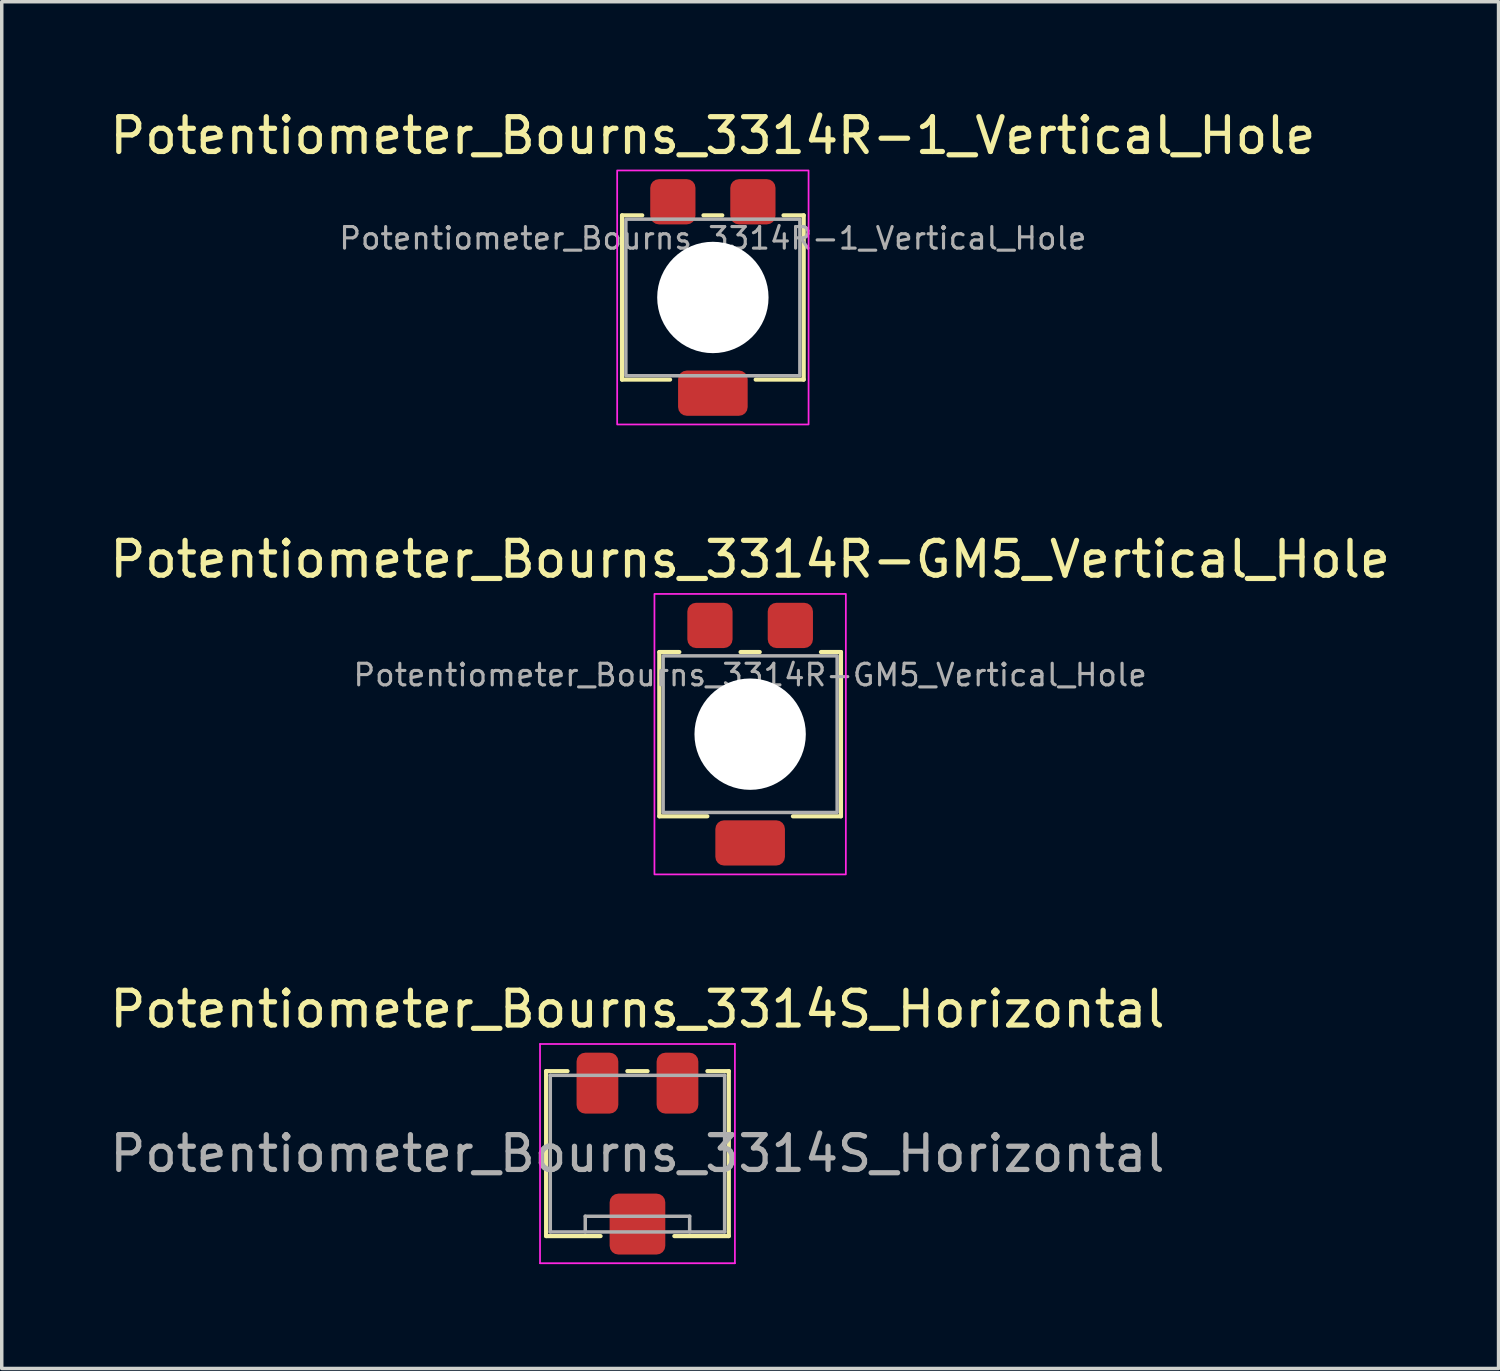
<source format=kicad_pcb>
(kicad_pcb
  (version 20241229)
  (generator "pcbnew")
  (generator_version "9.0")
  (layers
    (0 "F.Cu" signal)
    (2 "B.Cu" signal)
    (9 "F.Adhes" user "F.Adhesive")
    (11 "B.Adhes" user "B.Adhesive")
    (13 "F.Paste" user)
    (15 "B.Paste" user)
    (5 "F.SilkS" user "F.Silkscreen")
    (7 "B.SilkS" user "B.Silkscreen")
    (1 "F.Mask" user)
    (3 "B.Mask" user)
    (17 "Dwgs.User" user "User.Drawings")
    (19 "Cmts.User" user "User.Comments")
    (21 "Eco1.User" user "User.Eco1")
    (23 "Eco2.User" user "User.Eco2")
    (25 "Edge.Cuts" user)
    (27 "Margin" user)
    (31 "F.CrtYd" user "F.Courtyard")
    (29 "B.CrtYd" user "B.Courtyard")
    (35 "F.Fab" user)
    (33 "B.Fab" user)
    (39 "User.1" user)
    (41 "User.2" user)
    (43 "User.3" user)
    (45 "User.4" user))
  (footprint "Potentiometer_Bourns_3314R-GM5_Vertical_Hole"
    (layer "F.Cu")
    (at 18.506 18.047)
    (property "Reference" "Potentiometer_Bourns_3314R-GM5_Vertical_Hole" (at 0 -5.025 0) (layer "F.SilkS") (effects (font (size 1 1) (thickness 0.15))))
    (attr smd)
    (fp_line (start -2.61 -2.36) (end -2.035 -2.36) (stroke (width 0.12) (type solid)) (layer "F.SilkS"))
    (fp_line (start -2.61 2.36) (end -2.61 -2.36) (stroke (width 0.12) (type solid)) (layer "F.SilkS"))
    (fp_line (start -1.23 2.36) (end -2.61 2.36) (stroke (width 0.12) (type solid)) (layer "F.SilkS"))
    (fp_line (start -0.275 -2.36) (end 0.275 -2.36) (stroke (width 0.12) (type solid)) (layer "F.SilkS"))
    (fp_line (start 2.035 -2.36) (end 2.61 -2.36) (stroke (width 0.12) (type solid)) (layer "F.SilkS"))
    (fp_line (start 2.61 -2.36) (end 2.61 2.36) (stroke (width 0.12) (type solid)) (layer "F.SilkS"))
    (fp_line (start 2.61 2.36) (end 1.23 2.36) (stroke (width 0.12) (type solid)) (layer "F.SilkS"))
    (fp_rect (start -2.75 -4.03) (end 2.75 4.03) (stroke (width 0.05) (type solid)) (fill no) (layer "F.CrtYd"))
    (fp_rect (start -2.5 -2.25) (end 2.5 2.25) (stroke (width 0.1) (type solid)) (fill no) (layer "F.Fab"))
    (fp_text user "${REFERENCE}" (at 0 -1.7 0) (layer "F.Fab") (effects (font (size 0.62 0.62) (thickness 0.09))))
    (pad "" np_thru_hole circle (at 0 0) (size 3.2 3.2) (drill 3.2) (layers "*.Cu" "*.Mask"))
    (pad "1" smd roundrect (at 1.155 -3.125) (size 1.3 1.3) (layers "F.Cu" "F.Mask" "F.Paste") (roundrect_rratio 0.192))
    (pad "2" smd roundrect (at 0 3.125) (size 2 1.3) (layers "F.Cu" "F.Mask" "F.Paste") (roundrect_rratio 0.192))
    (pad "3" smd roundrect (at -1.155 -3.125) (size 1.3 1.3) (layers "F.Cu" "F.Mask" "F.Paste") (roundrect_rratio 0.192)))
  (footprint "Potentiometer_Bourns_3314S_Horizontal"
    (layer "F.Cu")
    (at 15.268 30.1)
    (property "Reference" "Potentiometer_Bourns_3314S_Horizontal" (at 0 -4.15 0) (layer "F.SilkS") (effects (font (size 1 1) (thickness 0.15))))
    (attr smd)
    (fp_line (start -2.625 -2.37) (end -2.625 2.37) (stroke (width 0.12) (type solid)) (layer "F.SilkS"))
    (fp_line (start -2.625 -2.37) (end -2.01 -2.37) (stroke (width 0.12) (type solid)) (layer "F.SilkS"))
    (fp_line (start -2.625 2.37) (end -1.06 2.37) (stroke (width 0.12) (type solid)) (layer "F.SilkS"))
    (fp_line (start -0.29 -2.37) (end 0.29 -2.37) (stroke (width 0.12) (type solid)) (layer "F.SilkS"))
    (fp_line (start 1.06 2.37) (end 2.625 2.37) (stroke (width 0.12) (type solid)) (layer "F.SilkS"))
    (fp_line (start 2.01 -2.37) (end 2.625 -2.37) (stroke (width 0.12) (type solid)) (layer "F.SilkS"))
    (fp_line (start 2.625 -2.37) (end 2.625 2.37) (stroke (width 0.12) (type solid)) (layer "F.SilkS"))
    (fp_line (start -2.8 -3.15) (end -2.8 3.15) (stroke (width 0.05) (type solid)) (layer "F.CrtYd"))
    (fp_line (start -2.8 3.15) (end 2.8 3.15) (stroke (width 0.05) (type solid)) (layer "F.CrtYd"))
    (fp_line (start 2.8 -3.15) (end -2.8 -3.15) (stroke (width 0.05) (type solid)) (layer "F.CrtYd"))
    (fp_line (start 2.8 3.15) (end 2.8 -3.15) (stroke (width 0.05) (type solid)) (layer "F.CrtYd"))
    (fp_line (start -2.505 -2.25) (end -2.505 2.25) (stroke (width 0.1) (type solid)) (layer "F.Fab"))
    (fp_line (start -2.505 2.25) (end 2.505 2.25) (stroke (width 0.1) (type solid)) (layer "F.Fab"))
    (fp_line (start -1.5 1.8) (end -1.5 2.25) (stroke (width 0.1) (type solid)) (layer "F.Fab"))
    (fp_line (start 1.5 1.8) (end -1.5 1.8) (stroke (width 0.1) (type solid)) (layer "F.Fab"))
    (fp_line (start 1.5 1.8) (end 1.5 2.25) (stroke (width 0.1) (type solid)) (layer "F.Fab"))
    (fp_line (start 2.505 -2.25) (end -2.505 -2.25) (stroke (width 0.1) (type solid)) (layer "F.Fab"))
    (fp_line (start 2.505 2.25) (end 2.505 -2.25) (stroke (width 0.1) (type solid)) (layer "F.Fab"))
    (fp_text user "${REFERENCE}" (at 0 0 0) (layer "F.Fab") (effects (font (size 1 1) (thickness 0.15))))
    (pad "1" smd roundrect (at -1.15 -2.025) (size 1.2 1.75) (layers "F.Cu" "F.Mask" "F.Paste") (roundrect_rratio 0.208))
    (pad "2" smd roundrect (at 0 2.025) (size 1.6 1.75) (layers "F.Cu" "F.Mask" "F.Paste") (roundrect_rratio 0.156))
    (pad "3" smd roundrect (at 1.15 -2.025) (size 1.2 1.75) (layers "F.Cu" "F.Mask" "F.Paste") (roundrect_rratio 0.211)))
  (footprint "Potentiometer_Bourns_3314R-1_Vertical_Hole"
    (layer "F.Cu")
    (at 17.435 5.498)
    (property "Reference" "Potentiometer_Bourns_3314R-1_Vertical_Hole" (at 0 -4.65 0) (layer "F.SilkS") (effects (font (size 1 1) (thickness 0.15))))
    (attr smd)
    (fp_line (start -2.61 -2.36) (end -2.03 -2.36) (stroke (width 0.12) (type solid)) (layer "F.SilkS"))
    (fp_line (start -2.61 2.36) (end -2.61 -2.36) (stroke (width 0.12) (type solid)) (layer "F.SilkS"))
    (fp_line (start -1.23 2.36) (end -2.61 2.36) (stroke (width 0.12) (type solid)) (layer "F.SilkS"))
    (fp_line (start -0.27 -2.36) (end 0.27 -2.36) (stroke (width 0.12) (type solid)) (layer "F.SilkS"))
    (fp_line (start 2.03 -2.36) (end 2.61 -2.36) (stroke (width 0.12) (type solid)) (layer "F.SilkS"))
    (fp_line (start 2.61 -2.36) (end 2.61 2.36) (stroke (width 0.12) (type solid)) (layer "F.SilkS"))
    (fp_line (start 2.61 2.36) (end 1.23 2.36) (stroke (width 0.12) (type solid)) (layer "F.SilkS"))
    (fp_rect (start -2.75 -3.65) (end 2.75 3.65) (stroke (width 0.05) (type solid)) (fill no) (layer "F.CrtYd"))
    (fp_rect (start -2.5 -2.25) (end 2.5 2.25) (stroke (width 0.1) (type solid)) (fill no) (layer "F.Fab"))
    (fp_text user "${REFERENCE}" (at 0 -1.7 0) (layer "F.Fab") (effects (font (size 0.62 0.62) (thickness 0.09))))
    (pad "" np_thru_hole circle (at 0 0) (size 3.2 3.2) (drill 3.2) (layers "*.Cu" "*.Mask"))
    (pad "1" smd roundrect (at 1.15 -2.75) (size 1.3 1.3) (layers "F.Cu" "F.Mask" "F.Paste") (roundrect_rratio 0.192))
    (pad "2" smd roundrect (at 0 2.75) (size 2 1.3) (layers "F.Cu" "F.Mask" "F.Paste") (roundrect_rratio 0.192))
    (pad "3" smd roundrect (at -1.15 -2.75) (size 1.3 1.3) (layers "F.Cu" "F.Mask" "F.Paste") (roundrect_rratio 0.192)))
  (gr_rect
    (start -3 -3)
    (end 40.012 36.275)
    (stroke (width 0.1) (type default))
    (fill no)
    (layer "Edge.Cuts")))
</source>
